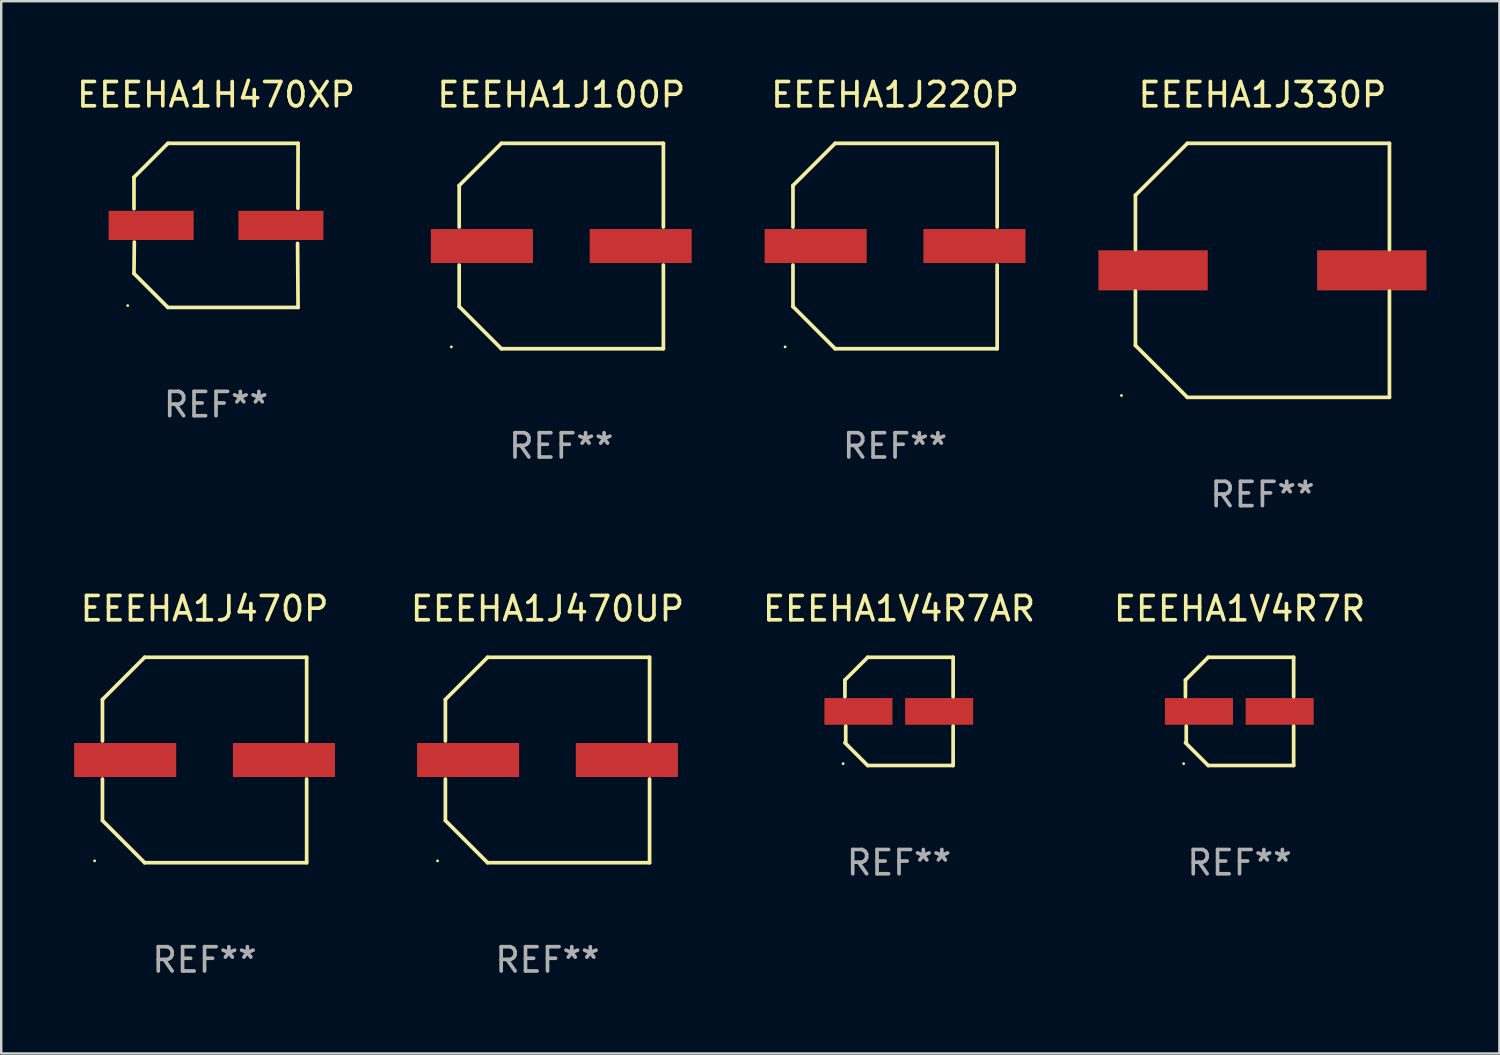
<source format=kicad_pcb>
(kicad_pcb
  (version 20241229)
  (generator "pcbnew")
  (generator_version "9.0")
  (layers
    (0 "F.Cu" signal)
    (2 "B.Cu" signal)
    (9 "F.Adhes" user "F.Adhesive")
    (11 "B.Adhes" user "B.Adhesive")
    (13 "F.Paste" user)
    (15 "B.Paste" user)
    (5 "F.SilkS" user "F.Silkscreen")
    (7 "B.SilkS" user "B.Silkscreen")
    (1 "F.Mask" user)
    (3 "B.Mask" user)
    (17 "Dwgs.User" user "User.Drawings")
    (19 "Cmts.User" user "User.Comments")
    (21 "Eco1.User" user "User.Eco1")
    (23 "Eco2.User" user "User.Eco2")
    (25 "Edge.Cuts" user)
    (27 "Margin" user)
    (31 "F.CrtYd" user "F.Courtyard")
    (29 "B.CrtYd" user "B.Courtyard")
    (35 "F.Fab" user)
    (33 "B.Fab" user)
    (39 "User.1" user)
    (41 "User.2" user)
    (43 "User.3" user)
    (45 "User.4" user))
  (footprint "EEEHA1V4R7R"
    (layer "F.Cu")
    (at 47.955 26.223)
    (property "Reference" "EEEHA1V4R7R" (at 0 -4.226 0) (layer "F.SilkS") (effects (font (size 1 1) (thickness 0.15))))
    (attr through_hole)
    (fp_line (start -2.226 -1.29) (end -2.226 -0.607) (stroke (width 0.152) (type solid)) (layer "F.SilkS"))
    (fp_line (start -2.193 1.29) (end -2.193 0.607) (stroke (width 0.152) (type solid)) (layer "F.SilkS"))
    (fp_line (start -1.29 2.226) (end -2.226 1.29) (stroke (width 0.152) (type solid)) (layer "F.SilkS"))
    (fp_line (start -1.29 -2.226) (end -2.226 -1.29) (stroke (width 0.152) (type solid)) (layer "F.SilkS"))
    (fp_line (start 2.226 -2.226) (end -1.29 -2.226) (stroke (width 0.152) (type solid)) (layer "F.SilkS"))
    (fp_line (start 2.226 -0.607) (end 2.226 -2.226) (stroke (width 0.152) (type solid)) (layer "F.SilkS"))
    (fp_line (start 2.226 0.607) (end 2.226 2.226) (stroke (width 0.152) (type solid)) (layer "F.SilkS"))
    (fp_line (start 2.226 2.226) (end -1.29 2.226) (stroke (width 0.152) (type solid)) (layer "F.SilkS"))
    (fp_circle (center -2.3 2.15) (end -2.27 2.15) (stroke (width 0.06) (type solid)) (fill no) (layer "F.SilkS"))
    (fp_text user "REF**" (at 0 6.226 0) (layer "F.Fab") (effects (font (size 1 1) (thickness 0.15))))
    (pad "1" smd rect (at -1.67 -0.000025) (size 2.8 1.1) (layers "F.Cu" "F.Mask" "F.Paste"))
    (pad "2" smd rect (at 1.651 -0.000025) (size 2.8 1.1) (layers "F.Cu" "F.Mask" "F.Paste")))
  (footprint "EEEHA1J470UP"
    (layer "F.Cu")
    (at 19.478 28.223)
    (property "Reference" "EEEHA1J470UP" (at 0 -6.226 0) (layer "F.SilkS") (effects (font (size 1 1) (thickness 0.15))))
    (attr through_hole)
    (fp_line (start -4.201 -2.49) (end -4.201 -0.782) (stroke (width 0.152) (type solid)) (layer "F.SilkS"))
    (fp_line (start -4.201 2.49) (end -4.201 0.782) (stroke (width 0.152) (type solid)) (layer "F.SilkS"))
    (fp_line (start -2.465 -4.226) (end -4.201 -2.49) (stroke (width 0.152) (type solid)) (layer "F.SilkS"))
    (fp_line (start -2.465 4.226) (end -4.201 2.49) (stroke (width 0.152) (type solid)) (layer "F.SilkS"))
    (fp_line (start 4.201 -4.226) (end -2.465 -4.226) (stroke (width 0.152) (type solid)) (layer "F.SilkS"))
    (fp_line (start 4.201 -0.782) (end 4.201 -4.226) (stroke (width 0.152) (type solid)) (layer "F.SilkS"))
    (fp_line (start 4.201 0.782) (end 4.201 4.226) (stroke (width 0.152) (type solid)) (layer "F.SilkS"))
    (fp_line (start 4.201 4.226) (end -2.465 4.226) (stroke (width 0.152) (type solid)) (layer "F.SilkS"))
    (fp_circle (center -4.524 4.15) (end -4.494 4.15) (stroke (width 0.06) (type solid)) (fill no) (layer "F.SilkS"))
    (fp_text user "REF**" (at 0 8.226 0) (layer "F.Fab") (effects (font (size 1 1) (thickness 0.15))))
    (pad "1" smd rect (at -3.267 0) (size 4.2 1.4) (layers "F.Cu" "F.Mask" "F.Paste"))
    (pad "2" smd rect (at 3.267 0) (size 4.2 1.4) (layers "F.Cu" "F.Mask" "F.Paste")))
  (footprint "EEEHA1J330P"
    (layer "F.Cu")
    (at 48.897 8.074)
    (property "Reference" "EEEHA1J330P" (at 0 -7.226 0) (layer "F.SilkS") (effects (font (size 1 1) (thickness 0.15))))
    (attr through_hole)
    (fp_line (start -5.226 -3.09) (end -5.226 -0.852) (stroke (width 0.152) (type solid)) (layer "F.SilkS"))
    (fp_line (start -5.226 3.09) (end -5.226 0.852) (stroke (width 0.152) (type solid)) (layer "F.SilkS"))
    (fp_line (start -3.09 -5.226) (end -5.226 -3.09) (stroke (width 0.152) (type solid)) (layer "F.SilkS"))
    (fp_line (start -3.09 5.226) (end -5.226 3.09) (stroke (width 0.152) (type solid)) (layer "F.SilkS"))
    (fp_line (start 5.226 -5.226) (end -3.09 -5.226) (stroke (width 0.152) (type solid)) (layer "F.SilkS"))
    (fp_line (start 5.226 -0.852) (end 5.226 -5.226) (stroke (width 0.152) (type solid)) (layer "F.SilkS"))
    (fp_line (start 5.226 0.852) (end 5.226 5.226) (stroke (width 0.152) (type solid)) (layer "F.SilkS"))
    (fp_line (start 5.226 5.226) (end -3.09 5.226) (stroke (width 0.152) (type solid)) (layer "F.SilkS"))
    (fp_circle (center -5.8 5.15) (end -5.77 5.15) (stroke (width 0.06) (type solid)) (fill no) (layer "F.SilkS"))
    (fp_text user "REF**" (at 0 9.226 0) (layer "F.Fab") (effects (font (size 1 1) (thickness 0.15))))
    (pad "1" smd rect (at -4.5 0) (size 4.5 1.65) (layers "F.Cu" "F.Mask" "F.Paste"))
    (pad "2" smd rect (at 4.5 0) (size 4.5 1.65) (layers "F.Cu" "F.Mask" "F.Paste")))
  (footprint "EEEHA1V4R7AR"
    (layer "F.Cu")
    (at 33.943 26.223)
    (property "Reference" "EEEHA1V4R7AR" (at 0 -4.226 0) (layer "F.SilkS") (effects (font (size 1 1) (thickness 0.15))))
    (attr through_hole)
    (fp_line (start -2.226 -1.29) (end -2.226 -0.607) (stroke (width 0.152) (type solid)) (layer "F.SilkS"))
    (fp_line (start -2.193 1.29) (end -2.193 0.607) (stroke (width 0.152) (type solid)) (layer "F.SilkS"))
    (fp_line (start -1.29 2.226) (end -2.226 1.29) (stroke (width 0.152) (type solid)) (layer "F.SilkS"))
    (fp_line (start -1.29 -2.226) (end -2.226 -1.29) (stroke (width 0.152) (type solid)) (layer "F.SilkS"))
    (fp_line (start 2.226 -2.226) (end -1.29 -2.226) (stroke (width 0.152) (type solid)) (layer "F.SilkS"))
    (fp_line (start 2.226 -0.607) (end 2.226 -2.226) (stroke (width 0.152) (type solid)) (layer "F.SilkS"))
    (fp_line (start 2.226 0.607) (end 2.226 2.226) (stroke (width 0.152) (type solid)) (layer "F.SilkS"))
    (fp_line (start 2.226 2.226) (end -1.29 2.226) (stroke (width 0.152) (type solid)) (layer "F.SilkS"))
    (fp_circle (center -2.3 2.15) (end -2.27 2.15) (stroke (width 0.06) (type solid)) (fill no) (layer "F.SilkS"))
    (fp_text user "REF**" (at 0 6.226 0) (layer "F.Fab") (effects (font (size 1 1) (thickness 0.15))))
    (pad "1" smd rect (at -1.67 -0.000025) (size 2.8 1.1) (layers "F.Cu" "F.Mask" "F.Paste"))
    (pad "2" smd rect (at 1.651 -0.000025) (size 2.8 1.1) (layers "F.Cu" "F.Mask" "F.Paste")))
  (footprint "EEEHA1J220P"
    (layer "F.Cu")
    (at 33.78 7.074)
    (property "Reference" "EEEHA1J220P" (at 0 -6.226 0) (layer "F.SilkS") (effects (font (size 1 1) (thickness 0.15))))
    (attr through_hole)
    (fp_line (start -4.201 -2.49) (end -4.201 -0.782) (stroke (width 0.152) (type solid)) (layer "F.SilkS"))
    (fp_line (start -4.201 2.49) (end -4.201 0.782) (stroke (width 0.152) (type solid)) (layer "F.SilkS"))
    (fp_line (start -2.465 -4.226) (end -4.201 -2.49) (stroke (width 0.152) (type solid)) (layer "F.SilkS"))
    (fp_line (start -2.465 4.226) (end -4.201 2.49) (stroke (width 0.152) (type solid)) (layer "F.SilkS"))
    (fp_line (start 4.201 -4.226) (end -2.465 -4.226) (stroke (width 0.152) (type solid)) (layer "F.SilkS"))
    (fp_line (start 4.201 -0.782) (end 4.201 -4.226) (stroke (width 0.152) (type solid)) (layer "F.SilkS"))
    (fp_line (start 4.201 0.782) (end 4.201 4.226) (stroke (width 0.152) (type solid)) (layer "F.SilkS"))
    (fp_line (start 4.201 4.226) (end -2.465 4.226) (stroke (width 0.152) (type solid)) (layer "F.SilkS"))
    (fp_circle (center -4.524 4.15) (end -4.494 4.15) (stroke (width 0.06) (type solid)) (fill no) (layer "F.SilkS"))
    (fp_text user "REF**" (at 0 8.226 0) (layer "F.Fab") (effects (font (size 1 1) (thickness 0.15))))
    (pad "1" smd rect (at -3.267 0) (size 4.2 1.4) (layers "F.Cu" "F.Mask" "F.Paste"))
    (pad "2" smd rect (at 3.267 0) (size 4.2 1.4) (layers "F.Cu" "F.Mask" "F.Paste")))
  (footprint "EEEHA1J470P"
    (layer "F.Cu")
    (at 5.367 28.223)
    (property "Reference" "EEEHA1J470P" (at 0 -6.226 0) (layer "F.SilkS") (effects (font (size 1 1) (thickness 0.15))))
    (attr through_hole)
    (fp_line (start -4.201 -2.49) (end -4.201 -0.782) (stroke (width 0.152) (type solid)) (layer "F.SilkS"))
    (fp_line (start -4.201 2.49) (end -4.201 0.782) (stroke (width 0.152) (type solid)) (layer "F.SilkS"))
    (fp_line (start -2.465 -4.226) (end -4.201 -2.49) (stroke (width 0.152) (type solid)) (layer "F.SilkS"))
    (fp_line (start -2.465 4.226) (end -4.201 2.49) (stroke (width 0.152) (type solid)) (layer "F.SilkS"))
    (fp_line (start 4.201 -4.226) (end -2.465 -4.226) (stroke (width 0.152) (type solid)) (layer "F.SilkS"))
    (fp_line (start 4.201 -0.782) (end 4.201 -4.226) (stroke (width 0.152) (type solid)) (layer "F.SilkS"))
    (fp_line (start 4.201 0.782) (end 4.201 4.226) (stroke (width 0.152) (type solid)) (layer "F.SilkS"))
    (fp_line (start 4.201 4.226) (end -2.465 4.226) (stroke (width 0.152) (type solid)) (layer "F.SilkS"))
    (fp_circle (center -4.524 4.15) (end -4.494 4.15) (stroke (width 0.06) (type solid)) (fill no) (layer "F.SilkS"))
    (fp_text user "REF**" (at 0 8.226 0) (layer "F.Fab") (effects (font (size 1 1) (thickness 0.15))))
    (pad "1" smd rect (at -3.267 0) (size 4.2 1.4) (layers "F.Cu" "F.Mask" "F.Paste"))
    (pad "2" smd rect (at 3.267 0) (size 4.2 1.4) (layers "F.Cu" "F.Mask" "F.Paste")))
  (footprint "EEEHA1J100P"
    (layer "F.Cu")
    (at 20.046 7.074)
    (property "Reference" "EEEHA1J100P" (at 0 -6.226 0) (layer "F.SilkS") (effects (font (size 1 1) (thickness 0.15))))
    (attr through_hole)
    (fp_line (start -4.201 -2.49) (end -4.201 -0.782) (stroke (width 0.152) (type solid)) (layer "F.SilkS"))
    (fp_line (start -4.201 2.49) (end -4.201 0.782) (stroke (width 0.152) (type solid)) (layer "F.SilkS"))
    (fp_line (start -2.465 -4.226) (end -4.201 -2.49) (stroke (width 0.152) (type solid)) (layer "F.SilkS"))
    (fp_line (start -2.465 4.226) (end -4.201 2.49) (stroke (width 0.152) (type solid)) (layer "F.SilkS"))
    (fp_line (start 4.201 -4.226) (end -2.465 -4.226) (stroke (width 0.152) (type solid)) (layer "F.SilkS"))
    (fp_line (start 4.201 -0.782) (end 4.201 -4.226) (stroke (width 0.152) (type solid)) (layer "F.SilkS"))
    (fp_line (start 4.201 0.782) (end 4.201 4.226) (stroke (width 0.152) (type solid)) (layer "F.SilkS"))
    (fp_line (start 4.201 4.226) (end -2.465 4.226) (stroke (width 0.152) (type solid)) (layer "F.SilkS"))
    (fp_circle (center -4.524 4.15) (end -4.494 4.15) (stroke (width 0.06) (type solid)) (fill no) (layer "F.SilkS"))
    (fp_text user "REF**" (at 0 8.226 0) (layer "F.Fab") (effects (font (size 1 1) (thickness 0.15))))
    (pad "1" smd rect (at -3.267 0) (size 4.2 1.4) (layers "F.Cu" "F.Mask" "F.Paste"))
    (pad "2" smd rect (at 3.267 0) (size 4.2 1.4) (layers "F.Cu" "F.Mask" "F.Paste")))
  (footprint "EEEHA1H470XP"
    (layer "F.Cu")
    (at 5.839 6.224)
    (property "Reference" "EEEHA1H470XP" (at 0 -5.376 0) (layer "F.SilkS") (effects (font (size 1 1) (thickness 0.15))))
    (attr through_hole)
    (fp_line (start -3.376 -1.98) (end -3.376 -0.686) (stroke (width 0.152) (type solid)) (layer "F.SilkS"))
    (fp_line (start -3.376 1.981) (end -3.362 0.686) (stroke (width 0.152) (type solid)) (layer "F.SilkS"))
    (fp_line (start -1.981 3.376) (end -3.376 1.981) (stroke (width 0.152) (type solid)) (layer "F.SilkS"))
    (fp_line (start -1.98 -3.376) (end -3.376 -1.98) (stroke (width 0.152) (type solid)) (layer "F.SilkS"))
    (fp_line (start 3.356 0.74) (end 3.376 3.376) (stroke (width 0.152) (type solid)) (layer "F.SilkS"))
    (fp_line (start 3.369 -0.707) (end 3.376 -3.376) (stroke (width 0.152) (type solid)) (layer "F.SilkS"))
    (fp_line (start 3.376 3.376) (end -1.981 3.376) (stroke (width 0.152) (type solid)) (layer "F.SilkS"))
    (fp_line (start 3.376 -3.376) (end -1.98 -3.376) (stroke (width 0.152) (type solid)) (layer "F.SilkS"))
    (fp_circle (center -3.634 3.3) (end -3.604 3.3) (stroke (width 0.06) (type solid)) (fill no) (layer "F.SilkS"))
    (fp_text user "REF**" (at 0 7.376 0) (layer "F.Fab") (effects (font (size 1 1) (thickness 0.15))))
    (pad "1" smd rect (at -2.67 0.000254) (size 3.5 1.2) (layers "F.Cu" "F.Mask" "F.Paste"))
    (pad "2" smd rect (at 2.67 0.000254) (size 3.5 1.2) (layers "F.Cu" "F.Mask" "F.Paste")))
  (gr_rect
    (start -3 -3)
    (end 58.647 40.298)
    (stroke (width 0.1) (type default))
    (fill no)
    (layer "Edge.Cuts")))
</source>
